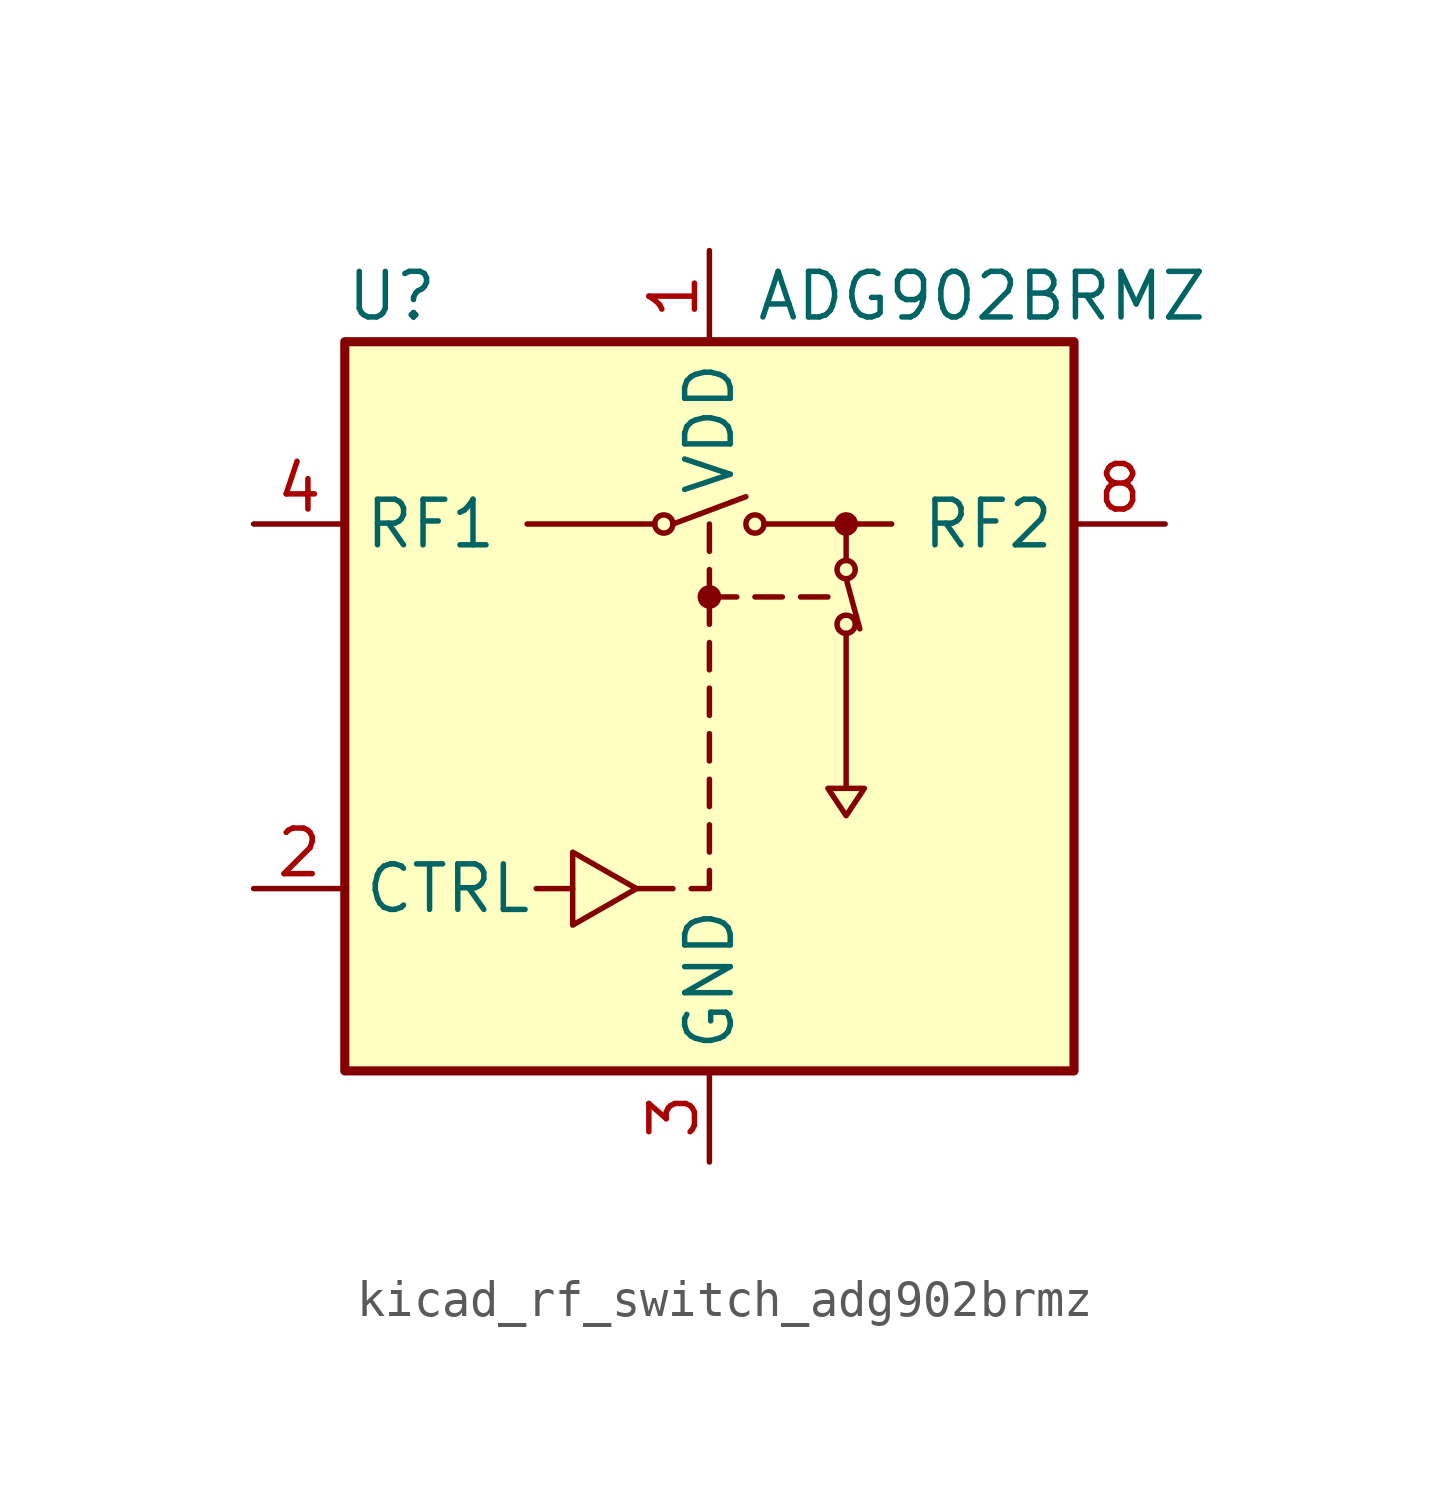
<source format=kicad_sym>
(kicad_symbol_lib
  (version 20220914)
  (generator kicad_symbol_editor)
  (symbol "kicad_rf_switch_adg902brmz"
    (property "Reference" "U"
      (at -10.16 11.43 0)
      (effects (font (size 1.27 1.27)) (justify left)))
    (property "Value" "ADG902BRMZ"
      (at 1.27 11.43 0)
      (effects (font (size 1.27 1.27)) (justify left)))
    (symbol "kicad_rf_switch_adg902brmz_0_0"
      (rectangle (start -10.16 10.16) (end 10.16 -10.16) (stroke (width 0.254) (type default)) (fill (type background)))
      (polyline (pts (xy -4.826 -5.08) (xy -3.81 -5.08)) (stroke (width 0) (type default)) (fill (type none)))
      (polyline (pts (xy -1.016 -5.08) (xy -2.032 -5.08)) (stroke (width 0) (type default)) (fill (type none)))
      (polyline (pts (xy 0 -3.302) (xy 0 -4.064)) (stroke (width 0) (type default)) (fill (type none)))
      (polyline (pts (xy 0 -2.032) (xy 0 -2.794)) (stroke (width 0) (type default)) (fill (type none)))
      (polyline (pts (xy 0 -0.762) (xy 0 -1.524)) (stroke (width 0) (type default)) (fill (type none)))
      (polyline (pts (xy 0 0.508) (xy 0 -0.254)) (stroke (width 0) (type default)) (fill (type none)))
      (polyline (pts (xy 0 1.778) (xy 0 1.016)) (stroke (width 0) (type default)) (fill (type none)))
      (polyline (pts (xy 0 3.048) (xy 0 2.286)) (stroke (width 0) (type default)) (fill (type none)))
      (polyline (pts (xy 0 3.048) (xy 0 3.81)) (stroke (width 0) (type default)) (fill (type none)))
      (polyline (pts (xy 0 3.048) (xy 0.762 3.048)) (stroke (width 0) (type default)) (fill (type none)))
      (polyline (pts (xy 0 4.318) (xy 0 5.08)) (stroke (width 0) (type default)) (fill (type none)))
      (polyline (pts (xy 1.27 3.048) (xy 2.032 3.048)) (stroke (width 0) (type default)) (fill (type none)))
      (polyline (pts (xy 2.54 3.048) (xy 3.302 3.048)) (stroke (width 0) (type default)) (fill (type none)))
      (polyline (pts (xy 0 -4.572) (xy 0 -5.08) (xy -0.508 -5.08)) (stroke (width 0) (type default)) (fill (type none)))
      (polyline (pts (xy -3.81 -4.064) (xy -3.81 -6.096) (xy -2.032 -5.08) (xy -3.81 -4.064)) (stroke (width 0) (type default)) (fill (type none)))
      (circle (center 0 3.048) (radius 0.254) (stroke (width 0) (type default)) (fill (type outline))))
    (symbol "kicad_rf_switch_adg902brmz_0_1"
      (circle (center -1.27 5.08) (radius 0.254) (stroke (width 0) (type default)) (fill (type none)))
      (polyline (pts (xy -5.08 5.08) (xy -1.524 5.08)) (stroke (width 0) (type default)) (fill (type none)))
      (polyline (pts (xy -1.016 5.08) (xy 1.016 5.842)) (stroke (width 0) (type default)) (fill (type none)))
      (polyline (pts (xy 1.524 5.08) (xy 5.08 5.08)) (stroke (width 0) (type default)) (fill (type none)))
      (polyline (pts (xy 3.81 3.556) (xy 4.191 2.159)) (stroke (width 0) (type default)) (fill (type none)))
      (polyline (pts (xy 3.81 5.08) (xy 3.81 4.064)) (stroke (width 0) (type default)) (fill (type none)))
      (polyline (pts (xy 3.81 2.032) (xy 3.81 -2.286) (xy 3.302 -2.286) (xy 3.81 -3.048) (xy 4.318 -2.286) (xy 3.81 -2.286)) (stroke (width 0) (type default)) (fill (type none)))
      (circle (center 1.27 5.08) (radius 0.254) (stroke (width 0) (type default)) (fill (type none)))
      (circle (center 3.81 2.286) (radius 0.254) (stroke (width 0) (type default)) (fill (type none)))
      (circle (center 3.81 3.81) (radius 0.254) (stroke (width 0) (type default)) (fill (type none)))
      (circle (center 3.81 5.08) (radius 0.254) (stroke (width 0) (type default)) (fill (type outline))))
    (symbol "kicad_rf_switch_adg902brmz_1_1"
      (pin power_in line (at 0 12.7 270) (length 2.54) (name "VDD" (effects (font (size 1.27 1.27)))) (number "1" (effects (font (size 1.27 1.27)))))
      (pin input line (at -12.7 -5.08 0) (length 2.54) (name "CTRL" (effects (font (size 1.27 1.27)))) (number "2" (effects (font (size 1.27 1.27)))))
      (pin power_in line (at 0 -12.7 90) (length 2.54) (name "GND" (effects (font (size 1.27 1.27)))) (number "3" (effects (font (size 1.27 1.27)))))
      (pin passive line (at -12.7 5.08 0) (length 2.54) (name "RF1" (effects (font (size 1.27 1.27)))) (number "4" (effects (font (size 1.27 1.27)))))
      (pin passive line (at 0 -12.7 90) (length 2.54) hide (name "GND" (effects (font (size 1.27 1.27)))) (number "5" (effects (font (size 1.27 1.27)))))
      (pin passive line (at 0 -12.7 90) (length 2.54) hide (name "GND" (effects (font (size 1.27 1.27)))) (number "6" (effects (font (size 1.27 1.27)))))
      (pin passive line (at 0 -12.7 90) (length 2.54) hide (name "GND" (effects (font (size 1.27 1.27)))) (number "7" (effects (font (size 1.27 1.27)))))
      (pin passive line (at 12.7 5.08 180) (length 2.54) (name "RF2" (effects (font (size 1.27 1.27)))) (number "8" (effects (font (size 1.27 1.27))))))))
</source>
